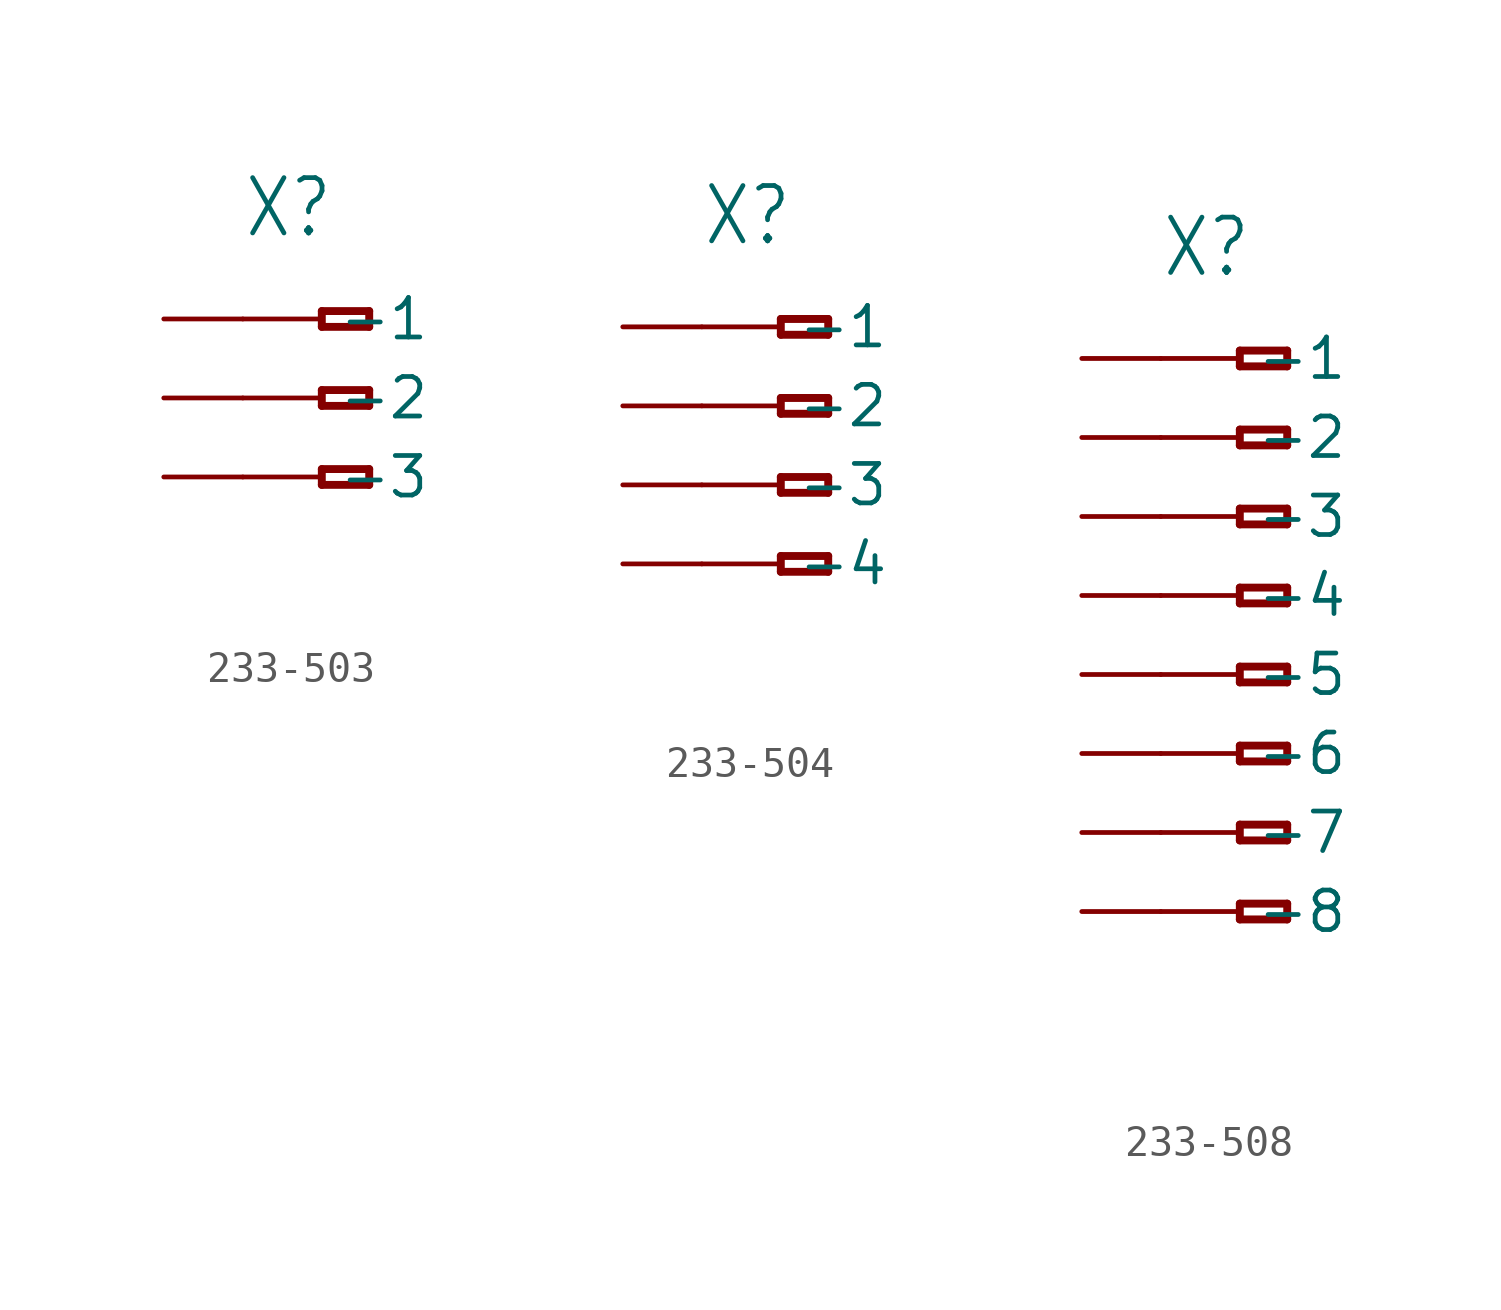
<source format=kicad_sym>
(kicad_symbol_lib
  (version 20220914)
  (generator kicad_symbol_editor)
  (symbol "233-503"
    (property "Reference" "X"
      (at -5.08 5.08 0)
      (effects (font (size 1.778 1.511)) (justify left bottom)))
    (property "Value" ""
      (at -5.08 -6.35 0)
      (effects (font (size 1.778 1.511)) (justify left bottom)))
    (property "ki_locked" ""
      (at 0 0 0)
      (effects (font (size 1.27 1.27))))
    (symbol "233-503_1_0"
      (polyline (pts (xy -2.54 -2.794) (xy -1.016 -2.794)) (stroke (width 0.254) (type solid)) (fill (type none)))
      (polyline (pts (xy -2.54 -2.286) (xy -2.54 -2.794)) (stroke (width 0.254) (type solid)) (fill (type none)))
      (polyline (pts (xy -2.54 -0.254) (xy -1.016 -0.254)) (stroke (width 0.254) (type solid)) (fill (type none)))
      (polyline (pts (xy -2.54 0.254) (xy -2.54 -0.254)) (stroke (width 0.254) (type solid)) (fill (type none)))
      (polyline (pts (xy -2.54 2.286) (xy -1.016 2.286)) (stroke (width 0.254) (type solid)) (fill (type none)))
      (polyline (pts (xy -2.54 2.794) (xy -2.54 2.286)) (stroke (width 0.254) (type solid)) (fill (type none)))
      (polyline (pts (xy -1.016 -2.794) (xy -1.016 -2.286)) (stroke (width 0.254) (type solid)) (fill (type none)))
      (polyline (pts (xy -1.016 -2.286) (xy -2.54 -2.286)) (stroke (width 0.254) (type solid)) (fill (type none)))
      (polyline (pts (xy -1.016 -0.254) (xy -1.016 0.254)) (stroke (width 0.254) (type solid)) (fill (type none)))
      (polyline (pts (xy -1.016 0.254) (xy -2.54 0.254)) (stroke (width 0.254) (type solid)) (fill (type none)))
      (polyline (pts (xy -1.016 2.286) (xy -1.016 2.794)) (stroke (width 0.254) (type solid)) (fill (type none)))
      (polyline (pts (xy -1.016 2.794) (xy -2.54 2.794)) (stroke (width 0.254) (type solid)) (fill (type none)))
      (pin passive line (at -5.08 2.54 0) (length 2.54) (name "-1" (effects (font (size 1.27 1.27)))) (number "A1" (effects (font (size 0 0)))))
      (pin passive line (at -5.08 0 0) (length 2.54) (name "-2" (effects (font (size 1.27 1.27)))) (number "A2" (effects (font (size 0 0)))))
      (pin passive line (at -5.08 -2.54 0) (length 2.54) (name "-3" (effects (font (size 1.27 1.27)))) (number "A3" (effects (font (size 0 0)))))
      (pin passive line (at -7.62 2.54 0) (length 2.54) (name "B-1" (effects (font (size 0 0)))) (number "B1" (effects (font (size 0 0)))))
      (pin passive line (at -7.62 0 0) (length 2.54) (name "B-2" (effects (font (size 0 0)))) (number "B2" (effects (font (size 0 0)))))
      (pin passive line (at -7.62 -2.54 0) (length 2.54) (name "B-3" (effects (font (size 0 0)))) (number "B3" (effects (font (size 0 0)))))))
  (symbol "233-504"
    (property "Reference" "X"
      (at -5.08 5.08 0)
      (effects (font (size 1.778 1.511)) (justify left bottom)))
    (property "Value" ""
      (at -5.08 -8.89 0)
      (effects (font (size 1.778 1.511)) (justify left bottom)))
    (property "ki_locked" ""
      (at 0 0 0)
      (effects (font (size 1.27 1.27))))
    (symbol "233-504_1_0"
      (polyline (pts (xy -2.54 -5.334) (xy -1.016 -5.334)) (stroke (width 0.254) (type solid)) (fill (type none)))
      (polyline (pts (xy -2.54 -4.826) (xy -2.54 -5.334)) (stroke (width 0.254) (type solid)) (fill (type none)))
      (polyline (pts (xy -2.54 -2.794) (xy -1.016 -2.794)) (stroke (width 0.254) (type solid)) (fill (type none)))
      (polyline (pts (xy -2.54 -2.286) (xy -2.54 -2.794)) (stroke (width 0.254) (type solid)) (fill (type none)))
      (polyline (pts (xy -2.54 -0.254) (xy -1.016 -0.254)) (stroke (width 0.254) (type solid)) (fill (type none)))
      (polyline (pts (xy -2.54 0.254) (xy -2.54 -0.254)) (stroke (width 0.254) (type solid)) (fill (type none)))
      (polyline (pts (xy -2.54 2.286) (xy -1.016 2.286)) (stroke (width 0.254) (type solid)) (fill (type none)))
      (polyline (pts (xy -2.54 2.794) (xy -2.54 2.286)) (stroke (width 0.254) (type solid)) (fill (type none)))
      (polyline (pts (xy -1.016 -5.334) (xy -1.016 -4.826)) (stroke (width 0.254) (type solid)) (fill (type none)))
      (polyline (pts (xy -1.016 -4.826) (xy -2.54 -4.826)) (stroke (width 0.254) (type solid)) (fill (type none)))
      (polyline (pts (xy -1.016 -2.794) (xy -1.016 -2.286)) (stroke (width 0.254) (type solid)) (fill (type none)))
      (polyline (pts (xy -1.016 -2.286) (xy -2.54 -2.286)) (stroke (width 0.254) (type solid)) (fill (type none)))
      (polyline (pts (xy -1.016 -0.254) (xy -1.016 0.254)) (stroke (width 0.254) (type solid)) (fill (type none)))
      (polyline (pts (xy -1.016 0.254) (xy -2.54 0.254)) (stroke (width 0.254) (type solid)) (fill (type none)))
      (polyline (pts (xy -1.016 2.286) (xy -1.016 2.794)) (stroke (width 0.254) (type solid)) (fill (type none)))
      (polyline (pts (xy -1.016 2.794) (xy -2.54 2.794)) (stroke (width 0.254) (type solid)) (fill (type none)))
      (pin passive line (at -5.08 2.54 0) (length 2.54) (name "-1" (effects (font (size 1.27 1.27)))) (number "A1" (effects (font (size 0 0)))))
      (pin passive line (at -5.08 0 0) (length 2.54) (name "-2" (effects (font (size 1.27 1.27)))) (number "A2" (effects (font (size 0 0)))))
      (pin passive line (at -5.08 -2.54 0) (length 2.54) (name "-3" (effects (font (size 1.27 1.27)))) (number "A3" (effects (font (size 0 0)))))
      (pin passive line (at -5.08 -5.08 0) (length 2.54) (name "-4" (effects (font (size 1.27 1.27)))) (number "A4" (effects (font (size 0 0)))))
      (pin passive line (at -7.62 2.54 0) (length 2.54) (name "B-1" (effects (font (size 0 0)))) (number "B1" (effects (font (size 0 0)))))
      (pin passive line (at -7.62 0 0) (length 2.54) (name "B-2" (effects (font (size 0 0)))) (number "B2" (effects (font (size 0 0)))))
      (pin passive line (at -7.62 -2.54 0) (length 2.54) (name "B-3" (effects (font (size 0 0)))) (number "B3" (effects (font (size 0 0)))))
      (pin passive line (at -7.62 -5.08 0) (length 2.54) (name "B-4" (effects (font (size 0 0)))) (number "B4" (effects (font (size 0 0)))))))
  (symbol "233-508"
    (property "Reference" "X"
      (at -5.08 10.16 0)
      (effects (font (size 1.778 1.511)) (justify left bottom)))
    (property "Value" ""
      (at -5.08 -13.97 0)
      (effects (font (size 1.778 1.511)) (justify left bottom)))
    (property "ki_locked" ""
      (at 0 0 0)
      (effects (font (size 1.27 1.27))))
    (symbol "233-508_1_0"
      (polyline (pts (xy -2.54 -10.414) (xy -1.016 -10.414)) (stroke (width 0.254) (type solid)) (fill (type none)))
      (polyline (pts (xy -2.54 -9.906) (xy -2.54 -10.414)) (stroke (width 0.254) (type solid)) (fill (type none)))
      (polyline (pts (xy -2.54 -7.874) (xy -1.016 -7.874)) (stroke (width 0.254) (type solid)) (fill (type none)))
      (polyline (pts (xy -2.54 -7.366) (xy -2.54 -7.874)) (stroke (width 0.254) (type solid)) (fill (type none)))
      (polyline (pts (xy -2.54 -5.334) (xy -1.016 -5.334)) (stroke (width 0.254) (type solid)) (fill (type none)))
      (polyline (pts (xy -2.54 -4.826) (xy -2.54 -5.334)) (stroke (width 0.254) (type solid)) (fill (type none)))
      (polyline (pts (xy -2.54 -2.794) (xy -1.016 -2.794)) (stroke (width 0.254) (type solid)) (fill (type none)))
      (polyline (pts (xy -2.54 -2.286) (xy -2.54 -2.794)) (stroke (width 0.254) (type solid)) (fill (type none)))
      (polyline (pts (xy -2.54 -0.254) (xy -1.016 -0.254)) (stroke (width 0.254) (type solid)) (fill (type none)))
      (polyline (pts (xy -2.54 0.254) (xy -2.54 -0.254)) (stroke (width 0.254) (type solid)) (fill (type none)))
      (polyline (pts (xy -2.54 2.286) (xy -1.016 2.286)) (stroke (width 0.254) (type solid)) (fill (type none)))
      (polyline (pts (xy -2.54 2.794) (xy -2.54 2.286)) (stroke (width 0.254) (type solid)) (fill (type none)))
      (polyline (pts (xy -2.54 4.826) (xy -1.016 4.826)) (stroke (width 0.254) (type solid)) (fill (type none)))
      (polyline (pts (xy -2.54 5.334) (xy -2.54 4.826)) (stroke (width 0.254) (type solid)) (fill (type none)))
      (polyline (pts (xy -2.54 7.366) (xy -1.016 7.366)) (stroke (width 0.254) (type solid)) (fill (type none)))
      (polyline (pts (xy -2.54 7.874) (xy -2.54 7.366)) (stroke (width 0.254) (type solid)) (fill (type none)))
      (polyline (pts (xy -1.016 -10.414) (xy -1.016 -9.906)) (stroke (width 0.254) (type solid)) (fill (type none)))
      (polyline (pts (xy -1.016 -9.906) (xy -2.54 -9.906)) (stroke (width 0.254) (type solid)) (fill (type none)))
      (polyline (pts (xy -1.016 -7.874) (xy -1.016 -7.366)) (stroke (width 0.254) (type solid)) (fill (type none)))
      (polyline (pts (xy -1.016 -7.366) (xy -2.54 -7.366)) (stroke (width 0.254) (type solid)) (fill (type none)))
      (polyline (pts (xy -1.016 -5.334) (xy -1.016 -4.826)) (stroke (width 0.254) (type solid)) (fill (type none)))
      (polyline (pts (xy -1.016 -4.826) (xy -2.54 -4.826)) (stroke (width 0.254) (type solid)) (fill (type none)))
      (polyline (pts (xy -1.016 -2.794) (xy -1.016 -2.286)) (stroke (width 0.254) (type solid)) (fill (type none)))
      (polyline (pts (xy -1.016 -2.286) (xy -2.54 -2.286)) (stroke (width 0.254) (type solid)) (fill (type none)))
      (polyline (pts (xy -1.016 -0.254) (xy -1.016 0.254)) (stroke (width 0.254) (type solid)) (fill (type none)))
      (polyline (pts (xy -1.016 0.254) (xy -2.54 0.254)) (stroke (width 0.254) (type solid)) (fill (type none)))
      (polyline (pts (xy -1.016 2.286) (xy -1.016 2.794)) (stroke (width 0.254) (type solid)) (fill (type none)))
      (polyline (pts (xy -1.016 2.794) (xy -2.54 2.794)) (stroke (width 0.254) (type solid)) (fill (type none)))
      (polyline (pts (xy -1.016 4.826) (xy -1.016 5.334)) (stroke (width 0.254) (type solid)) (fill (type none)))
      (polyline (pts (xy -1.016 5.334) (xy -2.54 5.334)) (stroke (width 0.254) (type solid)) (fill (type none)))
      (polyline (pts (xy -1.016 7.366) (xy -1.016 7.874)) (stroke (width 0.254) (type solid)) (fill (type none)))
      (polyline (pts (xy -1.016 7.874) (xy -2.54 7.874)) (stroke (width 0.254) (type solid)) (fill (type none)))
      (pin passive line (at -5.08 7.62 0) (length 2.54) (name "-1" (effects (font (size 1.27 1.27)))) (number "A1" (effects (font (size 0 0)))))
      (pin passive line (at -5.08 5.08 0) (length 2.54) (name "-2" (effects (font (size 1.27 1.27)))) (number "A2" (effects (font (size 0 0)))))
      (pin passive line (at -5.08 2.54 0) (length 2.54) (name "-3" (effects (font (size 1.27 1.27)))) (number "A3" (effects (font (size 0 0)))))
      (pin passive line (at -5.08 0 0) (length 2.54) (name "-4" (effects (font (size 1.27 1.27)))) (number "A4" (effects (font (size 0 0)))))
      (pin passive line (at -5.08 -2.54 0) (length 2.54) (name "-5" (effects (font (size 1.27 1.27)))) (number "A5" (effects (font (size 0 0)))))
      (pin passive line (at -5.08 -5.08 0) (length 2.54) (name "-6" (effects (font (size 1.27 1.27)))) (number "A6" (effects (font (size 0 0)))))
      (pin passive line (at -5.08 -7.62 0) (length 2.54) (name "-7" (effects (font (size 1.27 1.27)))) (number "A7" (effects (font (size 0 0)))))
      (pin passive line (at -5.08 -10.16 0) (length 2.54) (name "-8" (effects (font (size 1.27 1.27)))) (number "A8" (effects (font (size 0 0)))))
      (pin passive line (at -7.62 7.62 0) (length 2.54) (name "B-1" (effects (font (size 0 0)))) (number "B1" (effects (font (size 0 0)))))
      (pin passive line (at -7.62 5.08 0) (length 2.54) (name "B-2" (effects (font (size 0 0)))) (number "B2" (effects (font (size 0 0)))))
      (pin passive line (at -7.62 2.54 0) (length 2.54) (name "B-3" (effects (font (size 0 0)))) (number "B3" (effects (font (size 0 0)))))
      (pin passive line (at -7.62 0 0) (length 2.54) (name "B-4" (effects (font (size 0 0)))) (number "B4" (effects (font (size 0 0)))))
      (pin passive line (at -7.62 -2.54 0) (length 2.54) (name "B-5" (effects (font (size 0 0)))) (number "B5" (effects (font (size 0 0)))))
      (pin passive line (at -7.62 -5.08 0) (length 2.54) (name "B-6" (effects (font (size 0 0)))) (number "B6" (effects (font (size 0 0)))))
      (pin passive line (at -7.62 -7.62 0) (length 2.54) (name "B-7" (effects (font (size 0 0)))) (number "B7" (effects (font (size 0 0)))))
      (pin passive line (at -7.62 -10.16 0) (length 2.54) (name "B-8" (effects (font (size 0 0)))) (number "B8" (effects (font (size 0 0))))))))
</source>
